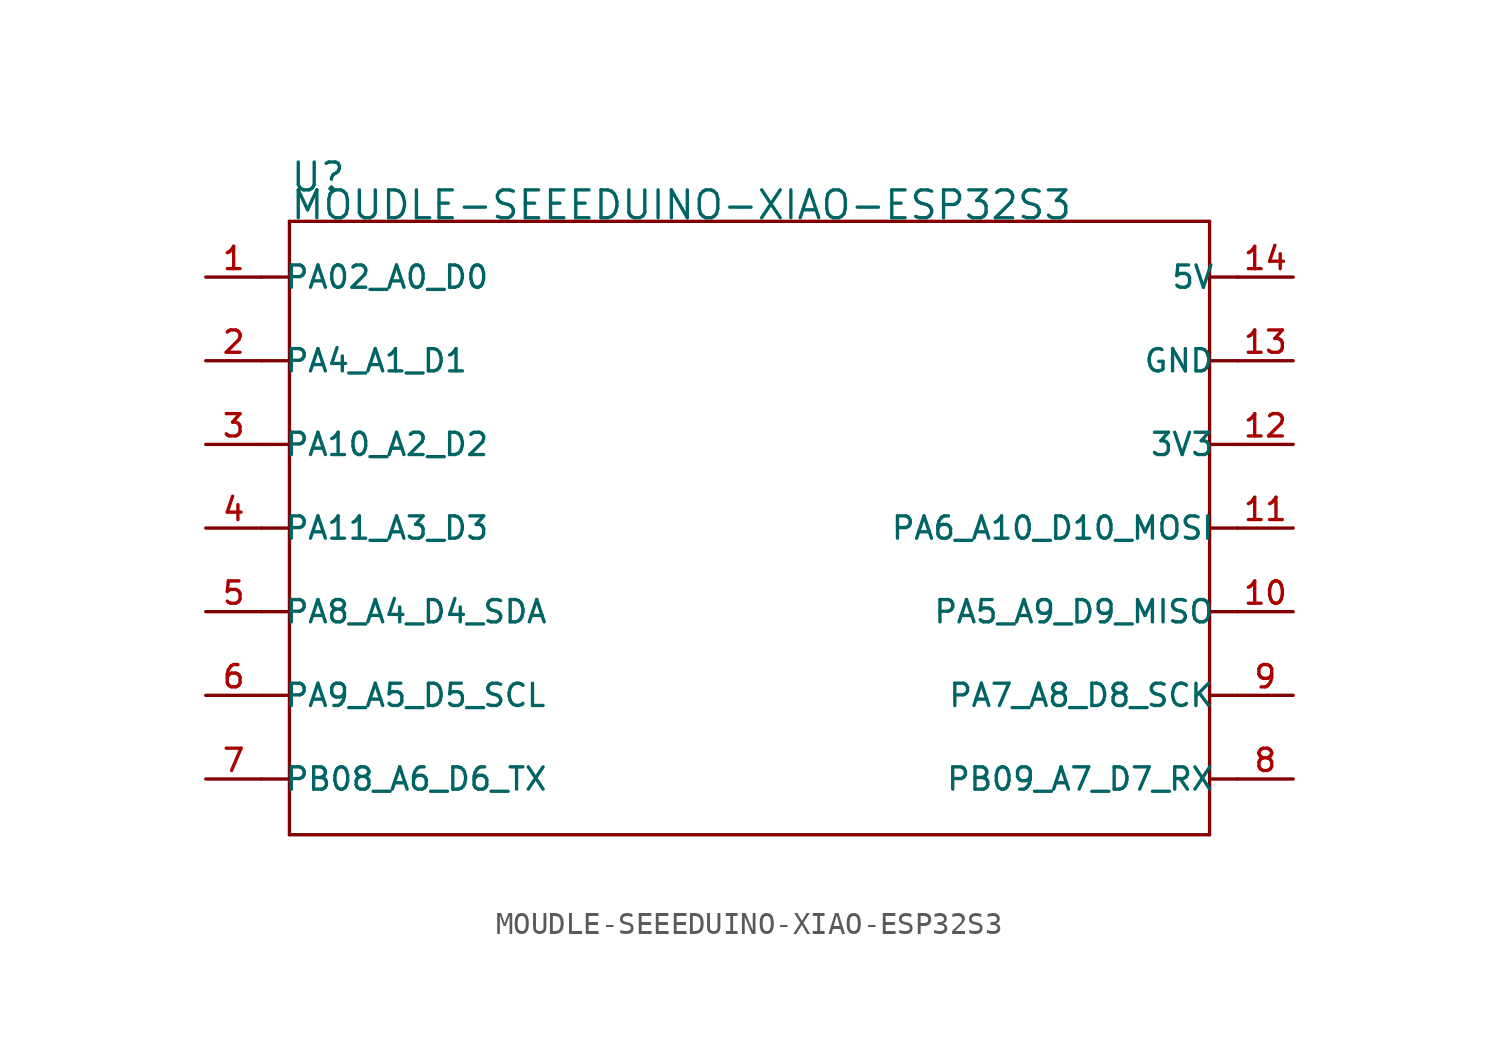
<source format=kicad_sym>
(kicad_symbol_lib
  (version 20211014)
  (generator kicad_symbol_editor)
  (symbol "MOUDLE-SEEEDUINO-XIAO-ESP32S3"
    (pin_names
      (offset 1.016))
    (property "Reference" "U"
      (at -21.59 15.24 0)
      (effects (font (size 1.27 1.27)) (justify left bottom)))
    (property "Value" "MOUDLE-SEEEDUINO-XIAO-ESP32S3"
      (at -21.59 13.97 0)
      (effects (font (size 1.27 1.27)) (justify left bottom)))
    (symbol "MOUDLE-SEEEDUINO-XIAO-ESP32S3_0_0"
      (polyline (pts (xy -21.59 -13.97) (xy -21.59 0)) (stroke (width 0.152) (type default) (color 0 0 0 0)) (fill (type none)))
      (polyline (pts (xy -21.59 -11.43) (xy -22.86 -11.43)) (stroke (width 0.152) (type default) (color 0 0 0 0)) (fill (type none)))
      (polyline (pts (xy -21.59 -7.62) (xy -22.86 -7.62)) (stroke (width 0.152) (type default) (color 0 0 0 0)) (fill (type none)))
      (polyline (pts (xy -21.59 -3.81) (xy -22.86 -3.81)) (stroke (width 0.152) (type default) (color 0 0 0 0)) (fill (type none)))
      (polyline (pts (xy -21.59 0) (xy -22.86 0)) (stroke (width 0.152) (type default) (color 0 0 0 0)) (fill (type none)))
      (polyline (pts (xy -21.59 0) (xy -21.59 3.81)) (stroke (width 0.152) (type default) (color 0 0 0 0)) (fill (type none)))
      (polyline (pts (xy -21.59 3.81) (xy -22.86 3.81)) (stroke (width 0.152) (type default) (color 0 0 0 0)) (fill (type none)))
      (polyline (pts (xy -21.59 3.81) (xy -21.59 7.62)) (stroke (width 0.152) (type default) (color 0 0 0 0)) (fill (type none)))
      (polyline (pts (xy -21.59 7.62) (xy -22.86 7.62)) (stroke (width 0.152) (type default) (color 0 0 0 0)) (fill (type none)))
      (polyline (pts (xy -21.59 7.62) (xy -21.59 11.43)) (stroke (width 0.152) (type default) (color 0 0 0 0)) (fill (type none)))
      (polyline (pts (xy -21.59 11.43) (xy -22.86 11.43)) (stroke (width 0.152) (type default) (color 0 0 0 0)) (fill (type none)))
      (polyline (pts (xy -21.59 11.43) (xy -21.59 13.97)) (stroke (width 0.152) (type default) (color 0 0 0 0)) (fill (type none)))
      (polyline (pts (xy -21.59 13.97) (xy 20.32 13.97)) (stroke (width 0.152) (type default) (color 0 0 0 0)) (fill (type none)))
      (polyline (pts (xy 20.32 -13.97) (xy -21.59 -13.97)) (stroke (width 0.152) (type default) (color 0 0 0 0)) (fill (type none)))
      (polyline (pts (xy 20.32 3.81) (xy 20.32 -13.97)) (stroke (width 0.152) (type default) (color 0 0 0 0)) (fill (type none)))
      (polyline (pts (xy 20.32 7.62) (xy 20.32 3.81)) (stroke (width 0.152) (type default) (color 0 0 0 0)) (fill (type none)))
      (polyline (pts (xy 20.32 11.43) (xy 20.32 7.62)) (stroke (width 0.152) (type default) (color 0 0 0 0)) (fill (type none)))
      (polyline (pts (xy 20.32 13.97) (xy 20.32 11.43)) (stroke (width 0.152) (type default) (color 0 0 0 0)) (fill (type none)))
      (polyline (pts (xy 21.59 -11.43) (xy 20.32 -11.43)) (stroke (width 0.152) (type default) (color 0 0 0 0)) (fill (type none)))
      (polyline (pts (xy 21.59 -7.62) (xy 20.32 -7.62)) (stroke (width 0.152) (type default) (color 0 0 0 0)) (fill (type none)))
      (polyline (pts (xy 21.59 -3.81) (xy 20.32 -3.81)) (stroke (width 0.152) (type default) (color 0 0 0 0)) (fill (type none)))
      (polyline (pts (xy 21.59 0) (xy 20.32 0)) (stroke (width 0.152) (type default) (color 0 0 0 0)) (fill (type none)))
      (polyline (pts (xy 21.59 3.81) (xy 20.32 3.81)) (stroke (width 0.152) (type default) (color 0 0 0 0)) (fill (type none)))
      (polyline (pts (xy 21.59 7.62) (xy 20.32 7.62)) (stroke (width 0.152) (type default) (color 0 0 0 0)) (fill (type none)))
      (polyline (pts (xy 21.59 11.43) (xy 20.32 11.43)) (stroke (width 0.152) (type default) (color 0 0 0 0)) (fill (type none)))
      (pin bidirectional line (at -25.4 11.43 0) (length 2.54) (name "PA02_A0_D0" (effects (font (size 1.016 1.016)))) (number "1" (effects (font (size 1.016 1.016)))))
      (pin bidirectional line (at 24.13 -3.81 180) (length 2.54) (name "PA5_A9_D9_MISO" (effects (font (size 1.016 1.016)))) (number "10" (effects (font (size 1.016 1.016)))))
      (pin bidirectional line (at 24.13 0 180) (length 2.54) (name "PA6_A10_D10_MOSI" (effects (font (size 1.016 1.016)))) (number "11" (effects (font (size 1.016 1.016)))))
      (pin bidirectional line (at 24.13 3.81 180) (length 2.54) (name "3V3" (effects (font (size 1.016 1.016)))) (number "12" (effects (font (size 1.016 1.016)))))
      (pin bidirectional line (at 24.13 7.62 180) (length 2.54) (name "GND" (effects (font (size 1.016 1.016)))) (number "13" (effects (font (size 1.016 1.016)))))
      (pin bidirectional line (at 24.13 11.43 180) (length 2.54) (name "5V" (effects (font (size 1.016 1.016)))) (number "14" (effects (font (size 1.016 1.016)))))
      (pin bidirectional line (at -25.4 7.62 0) (length 2.54) (name "PA4_A1_D1" (effects (font (size 1.016 1.016)))) (number "2" (effects (font (size 1.016 1.016)))))
      (pin bidirectional line (at -25.4 3.81 0) (length 2.54) (name "PA10_A2_D2" (effects (font (size 1.016 1.016)))) (number "3" (effects (font (size 1.016 1.016)))))
      (pin bidirectional line (at -25.4 0 0) (length 2.54) (name "PA11_A3_D3" (effects (font (size 1.016 1.016)))) (number "4" (effects (font (size 1.016 1.016)))))
      (pin bidirectional line (at -25.4 -3.81 0) (length 2.54) (name "PA8_A4_D4_SDA" (effects (font (size 1.016 1.016)))) (number "5" (effects (font (size 1.016 1.016)))))
      (pin bidirectional line (at -25.4 -7.62 0) (length 2.54) (name "PA9_A5_D5_SCL" (effects (font (size 1.016 1.016)))) (number "6" (effects (font (size 1.016 1.016)))))
      (pin bidirectional line (at -25.4 -11.43 0) (length 2.54) (name "PB08_A6_D6_TX" (effects (font (size 1.016 1.016)))) (number "7" (effects (font (size 1.016 1.016)))))
      (pin bidirectional line (at 24.13 -11.43 180) (length 2.54) (name "PB09_A7_D7_RX" (effects (font (size 1.016 1.016)))) (number "8" (effects (font (size 1.016 1.016)))))
      (pin bidirectional line (at 24.13 -7.62 180) (length 2.54) (name "PA7_A8_D8_SCK" (effects (font (size 1.016 1.016)))) (number "9" (effects (font (size 1.016 1.016))))))))
</source>
